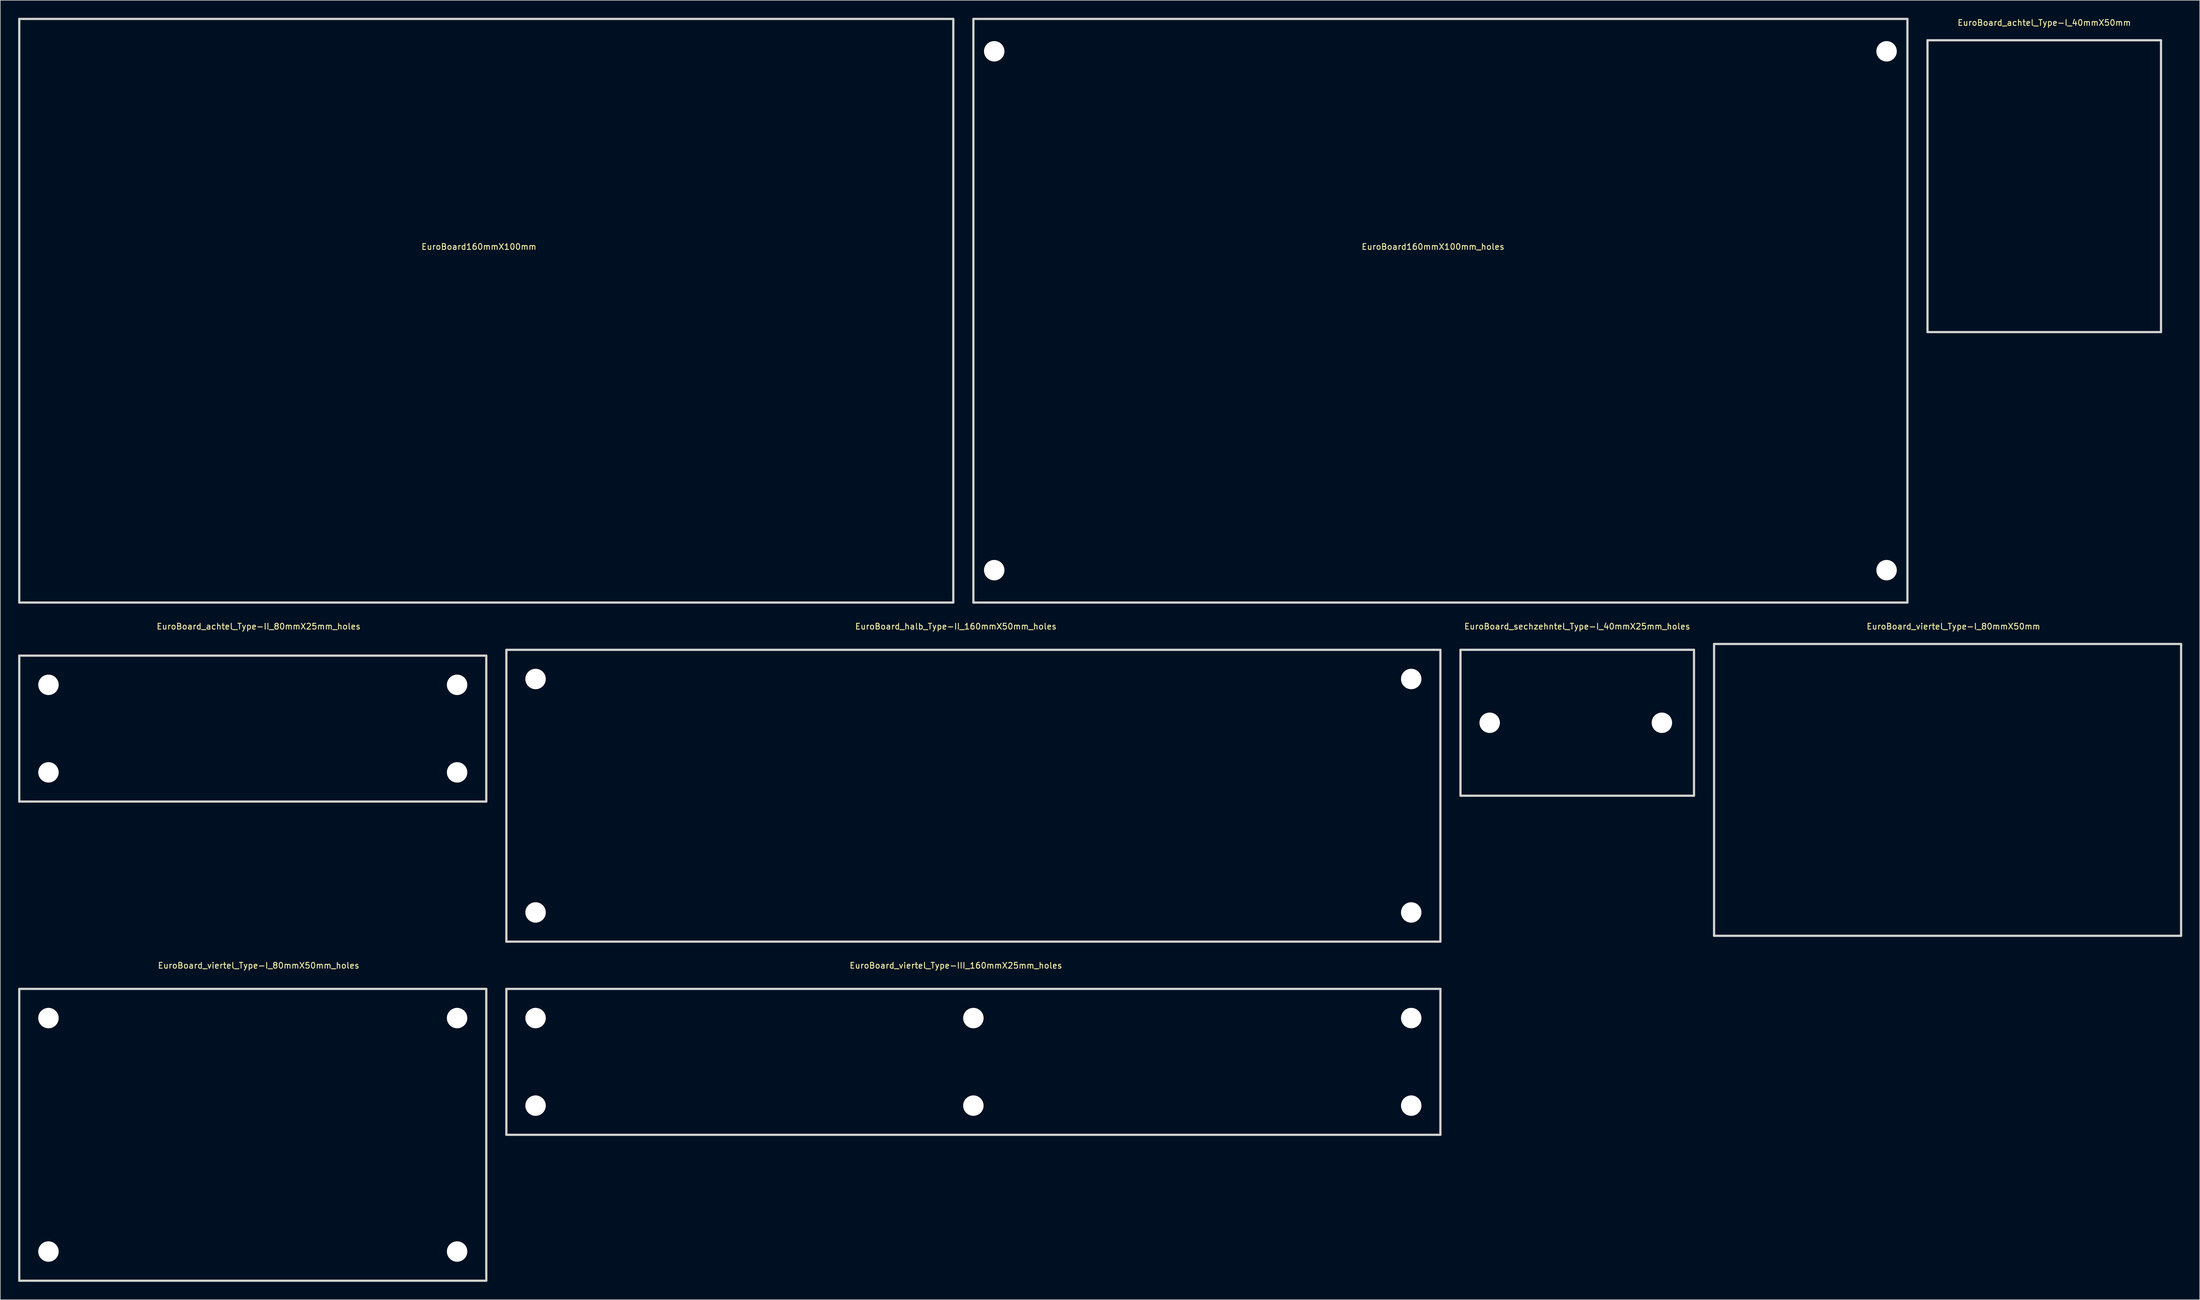
<source format=kicad_pcb>
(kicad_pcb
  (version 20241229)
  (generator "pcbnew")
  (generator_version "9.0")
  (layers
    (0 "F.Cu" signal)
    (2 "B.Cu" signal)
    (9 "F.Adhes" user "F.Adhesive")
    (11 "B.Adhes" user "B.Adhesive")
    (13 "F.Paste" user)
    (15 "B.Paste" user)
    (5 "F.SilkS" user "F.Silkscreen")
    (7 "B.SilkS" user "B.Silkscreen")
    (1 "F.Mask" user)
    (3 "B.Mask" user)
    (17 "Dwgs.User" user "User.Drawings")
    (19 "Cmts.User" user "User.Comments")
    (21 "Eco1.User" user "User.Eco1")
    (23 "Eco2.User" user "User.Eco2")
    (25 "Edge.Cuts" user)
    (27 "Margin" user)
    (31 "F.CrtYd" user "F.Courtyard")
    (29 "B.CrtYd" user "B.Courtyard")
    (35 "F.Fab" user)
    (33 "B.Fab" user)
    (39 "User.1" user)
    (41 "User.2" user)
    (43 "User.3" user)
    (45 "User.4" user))
  (footprint "EuroBoard_achtel_Type-II_80mmX25mm_holes"
    (layer "F.Cu")
    (at 0.25 134.288)
    (property "Reference" "EuroBoard_achtel_Type-II_80mmX25mm_holes" (at 41.001 -30 0) (layer "F.SilkS") (effects (font (size 1 1) (thickness 0.15))))
    (attr through_hole)
    (fp_line (start 0 -25.001) (end 0 0) (stroke (width 0.381) (type solid)) (layer "Edge.Cuts"))
    (fp_line (start 0 0) (end 80 0) (stroke (width 0.381) (type solid)) (layer "Edge.Cuts"))
    (fp_line (start 80 -25.001) (end 0 -25.001) (stroke (width 0.381) (type solid)) (layer "Edge.Cuts"))
    (fp_line (start 80 0) (end 80 -25.001) (stroke (width 0.381) (type solid)) (layer "Edge.Cuts"))
    (pad "" np_thru_hole circle (at 5.001 -20) (size 3.5 3.5) (drill 3.5) (layers "*.Cu" "*.Mask"))
    (pad "" np_thru_hole circle (at 5.001 -5.001) (size 3.5 3.5) (drill 3.5) (layers "*.Cu" "*.Mask"))
    (pad "" np_thru_hole circle (at 75.001 -20) (size 3.5 3.5) (drill 3.5) (layers "*.Cu" "*.Mask"))
    (pad "" np_thru_hole circle (at 75.001 -5.001) (size 3.5 3.5) (drill 3.5) (layers "*.Cu" "*.Mask")))
  (footprint "EuroBoard160mmX100mm"
    (layer "F.Cu")
    (at 0.25 100.19)
    (property "Reference" "EuroBoard160mmX100mm" (at 78.74 -60.96 0) (layer "F.SilkS") (effects (font (size 1 1) (thickness 0.15))))
    (attr through_hole)
    (fp_line (start 0 -100) (end 0 0) (stroke (width 0.38) (type solid)) (layer "Edge.Cuts"))
    (fp_line (start 0 0) (end 160 0) (stroke (width 0.38) (type solid)) (layer "Edge.Cuts"))
    (fp_line (start 160 -100) (end 0 -100) (stroke (width 0.38) (type solid)) (layer "Edge.Cuts"))
    (fp_line (start 160 0) (end 160 -100) (stroke (width 0.38) (type solid)) (layer "Edge.Cuts")))
  (footprint "EuroBoard_sechzehntel_Type-I_40mmX25mm_holes"
    (layer "F.Cu")
    (at 247.131 133.287)
    (property "Reference" "EuroBoard_sechzehntel_Type-I_40mmX25mm_holes" (at 20 -28.999 0) (layer "F.SilkS") (effects (font (size 1 1) (thickness 0.15))))
    (attr through_hole)
    (fp_line (start 0 -25.001) (end 0 0) (stroke (width 0.381) (type solid)) (layer "Edge.Cuts"))
    (fp_line (start 0 0) (end 40 0) (stroke (width 0.381) (type solid)) (layer "Edge.Cuts"))
    (fp_line (start 40 -25.001) (end 0 -25.001) (stroke (width 0.381) (type solid)) (layer "Edge.Cuts"))
    (fp_line (start 40 0) (end 40 -25.001) (stroke (width 0.381) (type solid)) (layer "Edge.Cuts"))
    (pad "" np_thru_hole circle (at 5.001 -12.499) (size 3.5 3.5) (drill 3.5) (layers "*.Cu" "*.Mask"))
    (pad "" np_thru_hole circle (at 34.501 -12.499) (size 3.5 3.5) (drill 3.5) (layers "*.Cu" "*.Mask")))
  (footprint "EuroBoard160mmX100mm_holes"
    (layer "F.Cu")
    (at 163.69 100.19)
    (property "Reference" "EuroBoard160mmX100mm_holes" (at 78.74 -60.96 0) (layer "F.SilkS") (effects (font (size 1 1) (thickness 0.15))))
    (attr through_hole)
    (fp_line (start 0 -100) (end 0 0) (stroke (width 0.38) (type solid)) (layer "Edge.Cuts"))
    (fp_line (start 0 0) (end 160 0) (stroke (width 0.38) (type solid)) (layer "Edge.Cuts"))
    (fp_line (start 160 -100) (end 0 -100) (stroke (width 0.38) (type solid)) (layer "Edge.Cuts"))
    (fp_line (start 160 0) (end 160 -100) (stroke (width 0.38) (type solid)) (layer "Edge.Cuts"))
    (pad "" np_thru_hole circle (at 3.57 -94.45) (size 3.5 3.5) (drill 3.5) (layers "*.Cu" "*.Mask"))
    (pad "" np_thru_hole circle (at 3.57 -5.55) (size 3.5 3.5) (drill 3.5) (layers "*.Cu" "*.Mask"))
    (pad "" np_thru_hole circle (at 156.43 -94.45) (size 3.5 3.5) (drill 3.5) (layers "*.Cu" "*.Mask"))
    (pad "" np_thru_hole circle (at 156.43 -5.55) (size 3.5 3.5) (drill 3.5) (layers "*.Cu" "*.Mask")))
  (footprint "EuroBoard_halb_Type-II_160mmX50mm_holes"
    (layer "F.Cu")
    (at 83.69 158.289)
    (property "Reference" "EuroBoard_halb_Type-II_160mmX50mm_holes" (at 77 -54 0) (layer "F.SilkS") (effects (font (size 1 1) (thickness 0.15))))
    (attr through_hole)
    (fp_line (start 0 -50) (end 0 0) (stroke (width 0.381) (type solid)) (layer "Edge.Cuts"))
    (fp_line (start 0 0) (end 160 0) (stroke (width 0.381) (type solid)) (layer "Edge.Cuts"))
    (fp_line (start 160 -50) (end 0 -50) (stroke (width 0.381) (type solid)) (layer "Edge.Cuts"))
    (fp_line (start 160 0) (end 160 -50) (stroke (width 0.381) (type solid)) (layer "Edge.Cuts"))
    (pad "" np_thru_hole circle (at 5.001 -45.001) (size 3.5 3.5) (drill 3.5) (layers "*.Cu" "*.Mask"))
    (pad "" np_thru_hole circle (at 5.001 -5.001) (size 3.5 3.5) (drill 3.5) (layers "*.Cu" "*.Mask"))
    (pad "" np_thru_hole circle (at 155.001 -45.001) (size 3.5 3.5) (drill 3.5) (layers "*.Cu" "*.Mask"))
    (pad "" np_thru_hole circle (at 155.001 -5.001) (size 3.5 3.5) (drill 3.5) (layers "*.Cu" "*.Mask")))
  (footprint "EuroBoard_viertel_Type-III_160mmX25mm_holes"
    (layer "F.Cu")
    (at 83.69 191.386)
    (property "Reference" "EuroBoard_viertel_Type-III_160mmX25mm_holes" (at 77 -28.999 0) (layer "F.SilkS") (effects (font (size 1 1) (thickness 0.15))))
    (attr through_hole)
    (fp_line (start 0 -25.001) (end 0 0) (stroke (width 0.381) (type solid)) (layer "Edge.Cuts"))
    (fp_line (start 0 0) (end 160 0) (stroke (width 0.381) (type solid)) (layer "Edge.Cuts"))
    (fp_line (start 160 -25.001) (end 0 -25.001) (stroke (width 0.381) (type solid)) (layer "Edge.Cuts"))
    (fp_line (start 160 0) (end 160 -25.001) (stroke (width 0.381) (type solid)) (layer "Edge.Cuts"))
    (pad "" np_thru_hole circle (at 5.001 -20) (size 3.5 3.5) (drill 3.5) (layers "*.Cu" "*.Mask"))
    (pad "" np_thru_hole circle (at 5.001 -5.001) (size 3.5 3.5) (drill 3.5) (layers "*.Cu" "*.Mask"))
    (pad "" np_thru_hole circle (at 80 -20) (size 3.5 3.5) (drill 3.5) (layers "*.Cu" "*.Mask"))
    (pad "" np_thru_hole circle (at 80 -5.001) (size 3.5 3.5) (drill 3.5) (layers "*.Cu" "*.Mask"))
    (pad "" np_thru_hole circle (at 155.001 -20) (size 3.5 3.5) (drill 3.5) (layers "*.Cu" "*.Mask"))
    (pad "" np_thru_hole circle (at 155.001 -5.001) (size 3.5 3.5) (drill 3.5) (layers "*.Cu" "*.Mask")))
  (footprint "EuroBoard_viertel_Type-I_80mmX50mm"
    (layer "F.Cu")
    (at 290.571 157.288)
    (property "Reference" "EuroBoard_viertel_Type-I_80mmX50mm" (at 41.001 -53 0) (layer "F.SilkS") (effects (font (size 1 1) (thickness 0.15))))
    (attr through_hole)
    (fp_line (start 0 -50) (end 80 -50) (stroke (width 0.381) (type solid)) (layer "Edge.Cuts"))
    (fp_line (start 0 0) (end 0 -50) (stroke (width 0.381) (type solid)) (layer "Edge.Cuts"))
    (fp_line (start 80 -50) (end 80 0) (stroke (width 0.381) (type solid)) (layer "Edge.Cuts"))
    (fp_line (start 80 0) (end 0 0) (stroke (width 0.381) (type solid)) (layer "Edge.Cuts")))
  (footprint "EuroBoard_achtel_Type-I_40mmX50mm"
    (layer "F.Cu")
    (at 327.13 53.848)
    (property "Reference" "EuroBoard_achtel_Type-I_40mmX50mm" (at 20 -53 0) (layer "F.SilkS") (effects (font (size 1 1) (thickness 0.15))))
    (attr through_hole)
    (fp_line (start 0 -50) (end 0 0) (stroke (width 0.381) (type solid)) (layer "Edge.Cuts"))
    (fp_line (start 0 0) (end 40 0) (stroke (width 0.381) (type solid)) (layer "Edge.Cuts"))
    (fp_line (start 40 -50) (end 0 -50) (stroke (width 0.381) (type solid)) (layer "Edge.Cuts"))
    (fp_line (start 40 0) (end 40 -50) (stroke (width 0.381) (type solid)) (layer "Edge.Cuts")))
  (footprint "EuroBoard_viertel_Type-I_80mmX50mm_holes"
    (layer "F.Cu")
    (at 0.25 216.387)
    (property "Reference" "EuroBoard_viertel_Type-I_80mmX50mm_holes" (at 41.001 -54 0) (layer "F.SilkS") (effects (font (size 1 1) (thickness 0.15))))
    (attr through_hole)
    (fp_line (start 0 -50) (end 80 -50) (stroke (width 0.381) (type solid)) (layer "Edge.Cuts"))
    (fp_line (start 0 0) (end 0 -50) (stroke (width 0.381) (type solid)) (layer "Edge.Cuts"))
    (fp_line (start 80 -50) (end 80 0) (stroke (width 0.381) (type solid)) (layer "Edge.Cuts"))
    (fp_line (start 80 0) (end 0 0) (stroke (width 0.381) (type solid)) (layer "Edge.Cuts"))
    (pad "" np_thru_hole circle (at 5.001 -45.001) (size 3.5 3.5) (drill 3.5) (layers "*.Cu" "*.Mask"))
    (pad "" np_thru_hole circle (at 5.001 -5.001) (size 3.5 3.5) (drill 3.5) (layers "*.Cu" "*.Mask"))
    (pad "" np_thru_hole circle (at 75.001 -45.001) (size 3.5 3.5) (drill 3.5) (layers "*.Cu" "*.Mask"))
    (pad "" np_thru_hole circle (at 75.001 -5.001) (size 3.5 3.5) (drill 3.5) (layers "*.Cu" "*.Mask")))
  (gr_rect
    (start -3 -3)
    (end 373.761 219.637)
    (stroke (width 0.1) (type default))
    (fill no)
    (layer "Edge.Cuts")))
</source>
